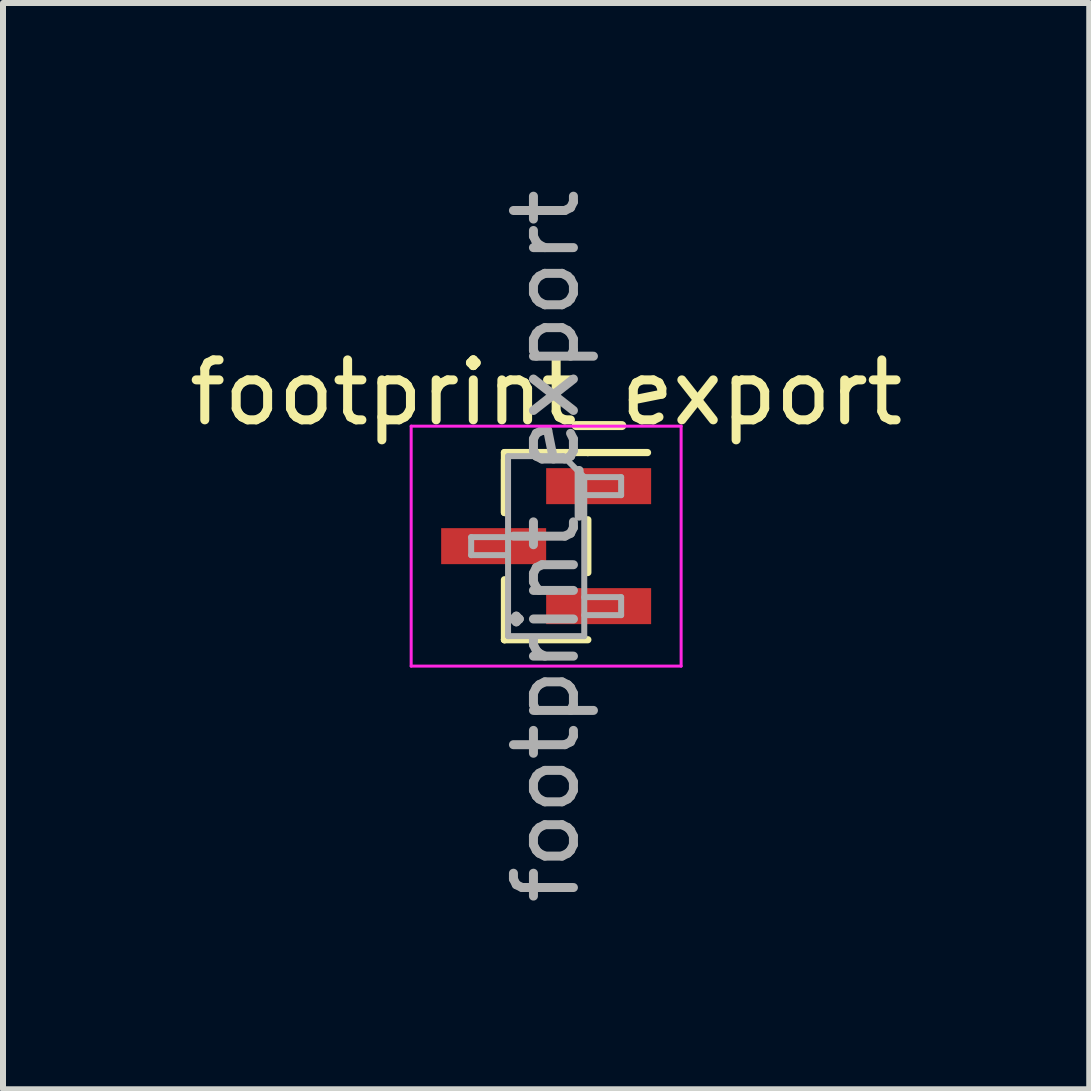
<source format=kicad_pcb>
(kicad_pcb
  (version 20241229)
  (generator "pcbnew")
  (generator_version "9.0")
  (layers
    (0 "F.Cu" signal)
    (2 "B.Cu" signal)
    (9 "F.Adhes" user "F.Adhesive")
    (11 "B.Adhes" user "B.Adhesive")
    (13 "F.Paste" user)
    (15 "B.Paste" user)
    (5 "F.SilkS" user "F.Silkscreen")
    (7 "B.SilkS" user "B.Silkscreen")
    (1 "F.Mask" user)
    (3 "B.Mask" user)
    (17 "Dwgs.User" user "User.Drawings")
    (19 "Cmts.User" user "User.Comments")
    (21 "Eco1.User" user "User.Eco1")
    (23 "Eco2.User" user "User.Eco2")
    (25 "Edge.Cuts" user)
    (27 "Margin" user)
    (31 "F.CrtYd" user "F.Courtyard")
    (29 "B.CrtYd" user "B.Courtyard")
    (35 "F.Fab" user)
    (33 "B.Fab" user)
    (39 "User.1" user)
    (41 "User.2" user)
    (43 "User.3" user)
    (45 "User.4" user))
  (footprint "footprint_export"
    (layer "F.Cu")
    (at 6.054 6.054)
    (property "Reference" "footprint_export" (at 0 -2.56 0) (layer "F.SilkS") (effects (font (size 1 1) (thickness 0.15))))
    (attr smd)
    (fp_line (start -0.695 -1.56) (end -0.695 -0.56) (stroke (width 0.12) (type solid)) (layer "F.SilkS"))
    (fp_line (start -0.695 -1.56) (end 0.695 -1.56) (stroke (width 0.12) (type solid)) (layer "F.SilkS"))
    (fp_line (start -0.695 -1.44) (end -0.695 -0.56) (stroke (width 0.12) (type solid)) (layer "F.SilkS"))
    (fp_line (start -0.695 0.56) (end -0.695 1.56) (stroke (width 0.12) (type solid)) (layer "F.SilkS"))
    (fp_line (start -0.695 1.56) (end -0.695 1.56) (stroke (width 0.12) (type solid)) (layer "F.SilkS"))
    (fp_line (start -0.695 1.56) (end 0.695 1.56) (stroke (width 0.12) (type solid)) (layer "F.SilkS"))
    (fp_line (start 0.695 -1.56) (end 0.695 -1.56) (stroke (width 0.12) (type solid)) (layer "F.SilkS"))
    (fp_line (start 0.695 -1.56) (end 1.69 -1.56) (stroke (width 0.12) (type solid)) (layer "F.SilkS"))
    (fp_line (start 0.695 -0.44) (end 0.695 0.44) (stroke (width 0.12) (type solid)) (layer "F.SilkS"))
    (fp_line (start -2.25 -2) (end -2.25 2) (stroke (width 0.05) (type solid)) (layer "F.CrtYd"))
    (fp_line (start -2.25 2) (end 2.25 2) (stroke (width 0.05) (type solid)) (layer "F.CrtYd"))
    (fp_line (start 2.25 -2) (end -2.25 -2) (stroke (width 0.05) (type solid)) (layer "F.CrtYd"))
    (fp_line (start 2.25 2) (end 2.25 -2) (stroke (width 0.05) (type solid)) (layer "F.CrtYd"))
    (fp_line (start -1.25 -0.15) (end -1.25 0.15) (stroke (width 0.1) (type solid)) (layer "F.Fab"))
    (fp_line (start -1.25 0.15) (end -0.635 0.15) (stroke (width 0.1) (type solid)) (layer "F.Fab"))
    (fp_line (start -0.635 -1.5) (end -0.635 1.5) (stroke (width 0.1) (type solid)) (layer "F.Fab"))
    (fp_line (start -0.635 -1.5) (end 0.285 -1.5) (stroke (width 0.1) (type solid)) (layer "F.Fab"))
    (fp_line (start -0.635 -0.15) (end -1.25 -0.15) (stroke (width 0.1) (type solid)) (layer "F.Fab"))
    (fp_line (start 0.635 -1.15) (end 0.285 -1.5) (stroke (width 0.1) (type solid)) (layer "F.Fab"))
    (fp_line (start 0.635 -1.15) (end 1.25 -1.15) (stroke (width 0.1) (type solid)) (layer "F.Fab"))
    (fp_line (start 0.635 0.85) (end 1.25 0.85) (stroke (width 0.1) (type solid)) (layer "F.Fab"))
    (fp_line (start 0.635 1.5) (end -0.635 1.5) (stroke (width 0.1) (type solid)) (layer "F.Fab"))
    (fp_line (start 0.635 1.5) (end 0.635 -1.15) (stroke (width 0.1) (type solid)) (layer "F.Fab"))
    (fp_line (start 1.25 -1.15) (end 1.25 -0.85) (stroke (width 0.1) (type solid)) (layer "F.Fab"))
    (fp_line (start 1.25 -0.85) (end 0.635 -0.85) (stroke (width 0.1) (type solid)) (layer "F.Fab"))
    (fp_line (start 1.25 0.85) (end 1.25 1.15) (stroke (width 0.1) (type solid)) (layer "F.Fab"))
    (fp_line (start 1.25 1.15) (end 0.635 1.15) (stroke (width 0.1) (type solid)) (layer "F.Fab"))
    (fp_text user "${REFERENCE}" (at 0 0 90) (layer "F.Fab") (effects (font (size 1 1) (thickness 0.15))))
    (pad "1" smd rect (at 0.875 -1) (size 1.75 0.6) (layers "F.Cu" "F.Mask" "F.Paste"))
    (pad "2" smd rect (at -0.875 0) (size 1.75 0.6) (layers "F.Cu" "F.Mask" "F.Paste"))
    (pad "3" smd rect (at 0.875 1) (size 1.75 0.6) (layers "F.Cu" "F.Mask" "F.Paste")))
  (gr_rect
    (start -3 -3)
    (end 15.107 15.107)
    (stroke (width 0.1) (type default))
    (fill no)
    (layer "Edge.Cuts")))
</source>
